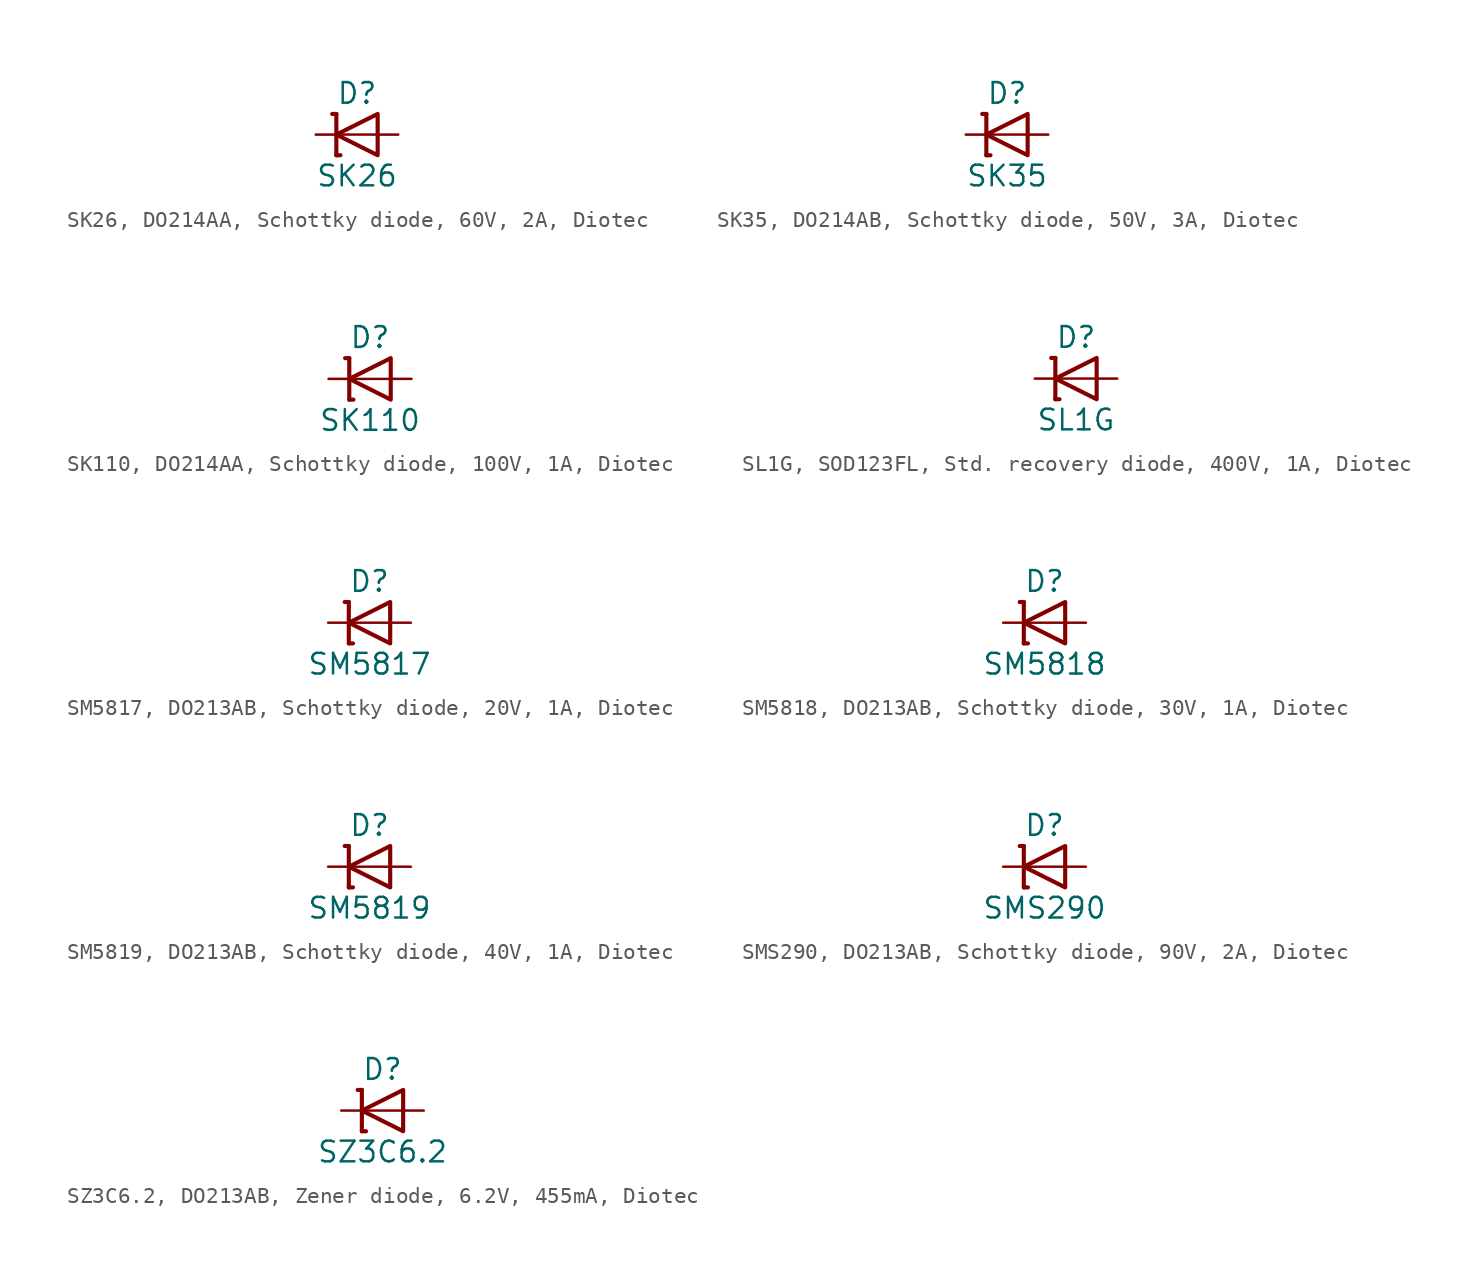
<source format=kicad_sym>
(kicad_symbol_lib
  (version 20241209)
  (generator "kicad_symbol_editor")
  (generator_version "9.0")
  (symbol "SK26, DO214AA, Schottky diode, 60V, 2A, Diotec"
    (pin_numbers
      (hide yes))
    (pin_names
      (offset 1.016)
      (hide yes))
    (property "Reference" "D"
      (at 0 2.54 0)
      (effects (font (size 1.27 1.27))))
    (property "Value" "SK26"
      (at 0 -2.54 0)
      (effects (font (size 1.27 1.27))))
    (symbol "SK26, DO214AA, Schottky diode, 60V, 2A, Diotec_0_0"
      (polyline (pts (xy -1.27 0) (xy 1.27 0)) (stroke (width 0.152) (type default)) (fill (type none))))
    (symbol "SK26, DO214AA, Schottky diode, 60V, 2A, Diotec_0_1"
      (polyline (pts (xy -1.524 1.27) (xy -1.27 1.27)) (stroke (width 0.254) (type default)) (fill (type none)))
      (polyline (pts (xy -1.27 1.27) (xy -1.27 -1.27)) (stroke (width 0.254) (type default)) (fill (type none)))
      (polyline (pts (xy -1.27 -1.27) (xy -1.016 -1.27)) (stroke (width 0.254) (type default)) (fill (type none)))
      (polyline (pts (xy 1.27 1.27) (xy 1.27 -1.27) (xy -1.27 0) (xy 1.27 1.27)) (stroke (width 0.254) (type default)) (fill (type none))))
    (symbol "SK26, DO214AA, Schottky diode, 60V, 2A, Diotec_1_1"
      (pin passive line (at -2.54 0 0) (length 1.27) (name "C" (effects (font (size 1.27 1.27)))) (number "1" (effects (font (size 1.27 1.27)))))
      (pin passive line (at 2.54 0 180) (length 1.27) (name "A" (effects (font (size 1.27 1.27)))) (number "2" (effects (font (size 1.27 1.27)))))))
  (symbol "SK35, DO214AB, Schottky diode, 50V, 3A, Diotec"
    (pin_numbers
      (hide yes))
    (pin_names
      (offset 1.016)
      (hide yes))
    (property "Reference" "D"
      (at 0 2.54 0)
      (effects (font (size 1.27 1.27))))
    (property "Value" "SK35"
      (at 0 -2.54 0)
      (effects (font (size 1.27 1.27))))
    (symbol "SK35, DO214AB, Schottky diode, 50V, 3A, Diotec_0_0"
      (polyline (pts (xy -1.27 0) (xy 1.27 0)) (stroke (width 0.152) (type default)) (fill (type none))))
    (symbol "SK35, DO214AB, Schottky diode, 50V, 3A, Diotec_0_1"
      (polyline (pts (xy -1.524 1.27) (xy -1.27 1.27)) (stroke (width 0.254) (type default)) (fill (type none)))
      (polyline (pts (xy -1.27 1.27) (xy -1.27 -1.27)) (stroke (width 0.254) (type default)) (fill (type none)))
      (polyline (pts (xy -1.27 -1.27) (xy -1.016 -1.27)) (stroke (width 0.254) (type default)) (fill (type none)))
      (polyline (pts (xy 1.27 1.27) (xy 1.27 -1.27) (xy -1.27 0) (xy 1.27 1.27)) (stroke (width 0.254) (type default)) (fill (type none))))
    (symbol "SK35, DO214AB, Schottky diode, 50V, 3A, Diotec_1_1"
      (pin passive line (at -2.54 0 0) (length 1.27) (name "C" (effects (font (size 1.27 1.27)))) (number "1" (effects (font (size 1.27 1.27)))))
      (pin passive line (at 2.54 0 180) (length 1.27) (name "A" (effects (font (size 1.27 1.27)))) (number "2" (effects (font (size 1.27 1.27)))))))
  (symbol "SK110, DO214AA, Schottky diode, 100V, 1A, Diotec"
    (pin_numbers
      (hide yes))
    (pin_names
      (offset 1.016)
      (hide yes))
    (property "Reference" "D"
      (at 0 2.54 0)
      (effects (font (size 1.27 1.27))))
    (property "Value" "SK110"
      (at 0 -2.54 0)
      (effects (font (size 1.27 1.27))))
    (symbol "SK110, DO214AA, Schottky diode, 100V, 1A, Diotec_0_0"
      (polyline (pts (xy -1.27 0) (xy 1.27 0)) (stroke (width 0.152) (type default)) (fill (type none))))
    (symbol "SK110, DO214AA, Schottky diode, 100V, 1A, Diotec_0_1"
      (polyline (pts (xy -1.524 1.27) (xy -1.27 1.27)) (stroke (width 0.254) (type default)) (fill (type none)))
      (polyline (pts (xy -1.27 1.27) (xy -1.27 -1.27)) (stroke (width 0.254) (type default)) (fill (type none)))
      (polyline (pts (xy -1.27 -1.27) (xy -1.016 -1.27)) (stroke (width 0.254) (type default)) (fill (type none)))
      (polyline (pts (xy 1.27 1.27) (xy 1.27 -1.27) (xy -1.27 0) (xy 1.27 1.27)) (stroke (width 0.254) (type default)) (fill (type none))))
    (symbol "SK110, DO214AA, Schottky diode, 100V, 1A, Diotec_1_1"
      (pin passive line (at -2.54 0 0) (length 1.27) (name "C" (effects (font (size 1.27 1.27)))) (number "1" (effects (font (size 1.27 1.27)))))
      (pin passive line (at 2.54 0 180) (length 1.27) (name "A" (effects (font (size 1.27 1.27)))) (number "2" (effects (font (size 1.27 1.27)))))))
  (symbol "SL1G, SOD123FL, Std. recovery diode, 400V, 1A, Diotec"
    (pin_numbers
      (hide yes))
    (pin_names
      (offset 1.016)
      (hide yes))
    (property "Reference" "D"
      (at 0 2.54 0)
      (effects (font (size 1.27 1.27))))
    (property "Value" "SL1G"
      (at 0 -2.54 0)
      (effects (font (size 1.27 1.27))))
    (symbol "SL1G, SOD123FL, Std. recovery diode, 400V, 1A, Diotec_0_0"
      (polyline (pts (xy -1.27 0) (xy 1.27 0)) (stroke (width 0.152) (type default)) (fill (type none))))
    (symbol "SL1G, SOD123FL, Std. recovery diode, 400V, 1A, Diotec_0_1"
      (polyline (pts (xy -1.524 1.27) (xy -1.27 1.27)) (stroke (width 0.254) (type default)) (fill (type none)))
      (polyline (pts (xy -1.27 1.27) (xy -1.27 -1.27)) (stroke (width 0.254) (type default)) (fill (type none)))
      (polyline (pts (xy -1.27 -1.27) (xy -1.016 -1.27)) (stroke (width 0.254) (type default)) (fill (type none)))
      (polyline (pts (xy 1.27 1.27) (xy 1.27 -1.27) (xy -1.27 0) (xy 1.27 1.27)) (stroke (width 0.254) (type default)) (fill (type none))))
    (symbol "SL1G, SOD123FL, Std. recovery diode, 400V, 1A, Diotec_1_1"
      (pin passive line (at -2.54 0 0) (length 1.27) (name "C" (effects (font (size 1.27 1.27)))) (number "1" (effects (font (size 1.27 1.27)))))
      (pin passive line (at 2.54 0 180) (length 1.27) (name "A" (effects (font (size 1.27 1.27)))) (number "2" (effects (font (size 1.27 1.27)))))))
  (symbol "SM5817, DO213AB, Schottky diode, 20V, 1A, Diotec"
    (pin_numbers
      (hide yes))
    (pin_names
      (offset 1.016)
      (hide yes))
    (property "Reference" "D"
      (at 0 2.54 0)
      (effects (font (size 1.27 1.27))))
    (property "Value" "SM5817"
      (at 0 -2.54 0)
      (effects (font (size 1.27 1.27))))
    (symbol "SM5817, DO213AB, Schottky diode, 20V, 1A, Diotec_0_0"
      (polyline (pts (xy -1.27 0) (xy 1.27 0)) (stroke (width 0.152) (type default)) (fill (type none))))
    (symbol "SM5817, DO213AB, Schottky diode, 20V, 1A, Diotec_0_1"
      (polyline (pts (xy -1.524 1.27) (xy -1.27 1.27)) (stroke (width 0.254) (type default)) (fill (type none)))
      (polyline (pts (xy -1.27 1.27) (xy -1.27 -1.27)) (stroke (width 0.254) (type default)) (fill (type none)))
      (polyline (pts (xy -1.27 -1.27) (xy -1.016 -1.27)) (stroke (width 0.254) (type default)) (fill (type none)))
      (polyline (pts (xy 1.27 1.27) (xy 1.27 -1.27) (xy -1.27 0) (xy 1.27 1.27)) (stroke (width 0.254) (type default)) (fill (type none))))
    (symbol "SM5817, DO213AB, Schottky diode, 20V, 1A, Diotec_1_1"
      (pin passive line (at -2.54 0 0) (length 1.27) (name "C" (effects (font (size 1.27 1.27)))) (number "1" (effects (font (size 1.27 1.27)))))
      (pin passive line (at 2.54 0 180) (length 1.27) (name "A" (effects (font (size 1.27 1.27)))) (number "2" (effects (font (size 1.27 1.27)))))))
  (symbol "SM5818, DO213AB, Schottky diode, 30V, 1A, Diotec"
    (pin_numbers
      (hide yes))
    (pin_names
      (offset 1.016)
      (hide yes))
    (property "Reference" "D"
      (at 0 2.54 0)
      (effects (font (size 1.27 1.27))))
    (property "Value" "SM5818"
      (at 0 -2.54 0)
      (effects (font (size 1.27 1.27))))
    (symbol "SM5818, DO213AB, Schottky diode, 30V, 1A, Diotec_0_0"
      (polyline (pts (xy -1.27 0) (xy 1.27 0)) (stroke (width 0.152) (type default)) (fill (type none))))
    (symbol "SM5818, DO213AB, Schottky diode, 30V, 1A, Diotec_0_1"
      (polyline (pts (xy -1.524 1.27) (xy -1.27 1.27)) (stroke (width 0.254) (type default)) (fill (type none)))
      (polyline (pts (xy -1.27 1.27) (xy -1.27 -1.27)) (stroke (width 0.254) (type default)) (fill (type none)))
      (polyline (pts (xy -1.27 -1.27) (xy -1.016 -1.27)) (stroke (width 0.254) (type default)) (fill (type none)))
      (polyline (pts (xy 1.27 1.27) (xy 1.27 -1.27) (xy -1.27 0) (xy 1.27 1.27)) (stroke (width 0.254) (type default)) (fill (type none))))
    (symbol "SM5818, DO213AB, Schottky diode, 30V, 1A, Diotec_1_1"
      (pin passive line (at -2.54 0 0) (length 1.27) (name "C" (effects (font (size 1.27 1.27)))) (number "1" (effects (font (size 1.27 1.27)))))
      (pin passive line (at 2.54 0 180) (length 1.27) (name "A" (effects (font (size 1.27 1.27)))) (number "2" (effects (font (size 1.27 1.27)))))))
  (symbol "SM5819, DO213AB, Schottky diode, 40V, 1A, Diotec"
    (pin_numbers
      (hide yes))
    (pin_names
      (offset 1.016)
      (hide yes))
    (property "Reference" "D"
      (at 0 2.54 0)
      (effects (font (size 1.27 1.27))))
    (property "Value" "SM5819"
      (at 0 -2.54 0)
      (effects (font (size 1.27 1.27))))
    (symbol "SM5819, DO213AB, Schottky diode, 40V, 1A, Diotec_0_0"
      (polyline (pts (xy -1.27 0) (xy 1.27 0)) (stroke (width 0.152) (type default)) (fill (type none))))
    (symbol "SM5819, DO213AB, Schottky diode, 40V, 1A, Diotec_0_1"
      (polyline (pts (xy -1.524 1.27) (xy -1.27 1.27)) (stroke (width 0.254) (type default)) (fill (type none)))
      (polyline (pts (xy -1.27 1.27) (xy -1.27 -1.27)) (stroke (width 0.254) (type default)) (fill (type none)))
      (polyline (pts (xy -1.27 -1.27) (xy -1.016 -1.27)) (stroke (width 0.254) (type default)) (fill (type none)))
      (polyline (pts (xy 1.27 1.27) (xy 1.27 -1.27) (xy -1.27 0) (xy 1.27 1.27)) (stroke (width 0.254) (type default)) (fill (type none))))
    (symbol "SM5819, DO213AB, Schottky diode, 40V, 1A, Diotec_1_1"
      (pin passive line (at -2.54 0 0) (length 1.27) (name "C" (effects (font (size 1.27 1.27)))) (number "1" (effects (font (size 1.27 1.27)))))
      (pin passive line (at 2.54 0 180) (length 1.27) (name "A" (effects (font (size 1.27 1.27)))) (number "2" (effects (font (size 1.27 1.27)))))))
  (symbol "SMS290, DO213AB, Schottky diode, 90V, 2A, Diotec"
    (pin_numbers
      (hide yes))
    (pin_names
      (offset 1.016)
      (hide yes))
    (property "Reference" "D"
      (at 0 2.54 0)
      (effects (font (size 1.27 1.27))))
    (property "Value" "SMS290"
      (at 0 -2.54 0)
      (effects (font (size 1.27 1.27))))
    (symbol "SMS290, DO213AB, Schottky diode, 90V, 2A, Diotec_0_0"
      (polyline (pts (xy -1.27 0) (xy 1.27 0)) (stroke (width 0.152) (type default)) (fill (type none))))
    (symbol "SMS290, DO213AB, Schottky diode, 90V, 2A, Diotec_0_1"
      (polyline (pts (xy -1.524 1.27) (xy -1.27 1.27)) (stroke (width 0.254) (type default)) (fill (type none)))
      (polyline (pts (xy -1.27 1.27) (xy -1.27 -1.27)) (stroke (width 0.254) (type default)) (fill (type none)))
      (polyline (pts (xy -1.27 -1.27) (xy -1.016 -1.27)) (stroke (width 0.254) (type default)) (fill (type none)))
      (polyline (pts (xy 1.27 1.27) (xy 1.27 -1.27) (xy -1.27 0) (xy 1.27 1.27)) (stroke (width 0.254) (type default)) (fill (type none))))
    (symbol "SMS290, DO213AB, Schottky diode, 90V, 2A, Diotec_1_1"
      (pin passive line (at -2.54 0 0) (length 1.27) (name "C" (effects (font (size 1.27 1.27)))) (number "1" (effects (font (size 1.27 1.27)))))
      (pin passive line (at 2.54 0 180) (length 1.27) (name "A" (effects (font (size 1.27 1.27)))) (number "2" (effects (font (size 1.27 1.27)))))))
  (symbol "SZ3C6.2, DO213AB, Zener diode, 6.2V, 455mA, Diotec"
    (pin_numbers
      (hide yes))
    (pin_names
      (offset 1.016)
      (hide yes))
    (property "Reference" "D"
      (at 0 2.54 0)
      (effects (font (size 1.27 1.27))))
    (property "Value" "SZ3C6.2"
      (at 0 -2.54 0)
      (effects (font (size 1.27 1.27))))
    (symbol "SZ3C6.2, DO213AB, Zener diode, 6.2V, 455mA, Diotec_0_0"
      (polyline (pts (xy -1.27 0) (xy 1.27 0)) (stroke (width 0.152) (type default)) (fill (type none))))
    (symbol "SZ3C6.2, DO213AB, Zener diode, 6.2V, 455mA, Diotec_0_1"
      (polyline (pts (xy -1.524 1.27) (xy -1.27 1.27)) (stroke (width 0.254) (type default)) (fill (type none)))
      (polyline (pts (xy -1.27 1.27) (xy -1.27 -1.27)) (stroke (width 0.254) (type default)) (fill (type none)))
      (polyline (pts (xy -1.27 -1.27) (xy -1.016 -1.27)) (stroke (width 0.254) (type default)) (fill (type none)))
      (polyline (pts (xy 1.27 1.27) (xy 1.27 -1.27) (xy -1.27 0) (xy 1.27 1.27)) (stroke (width 0.254) (type default)) (fill (type none))))
    (symbol "SZ3C6.2, DO213AB, Zener diode, 6.2V, 455mA, Diotec_1_1"
      (pin passive line (at -2.54 0 0) (length 1.27) (name "C" (effects (font (size 1.27 1.27)))) (number "1" (effects (font (size 1.27 1.27)))))
      (pin passive line (at 2.54 0 180) (length 1.27) (name "A" (effects (font (size 1.27 1.27)))) (number "2" (effects (font (size 1.27 1.27))))))))
</source>
